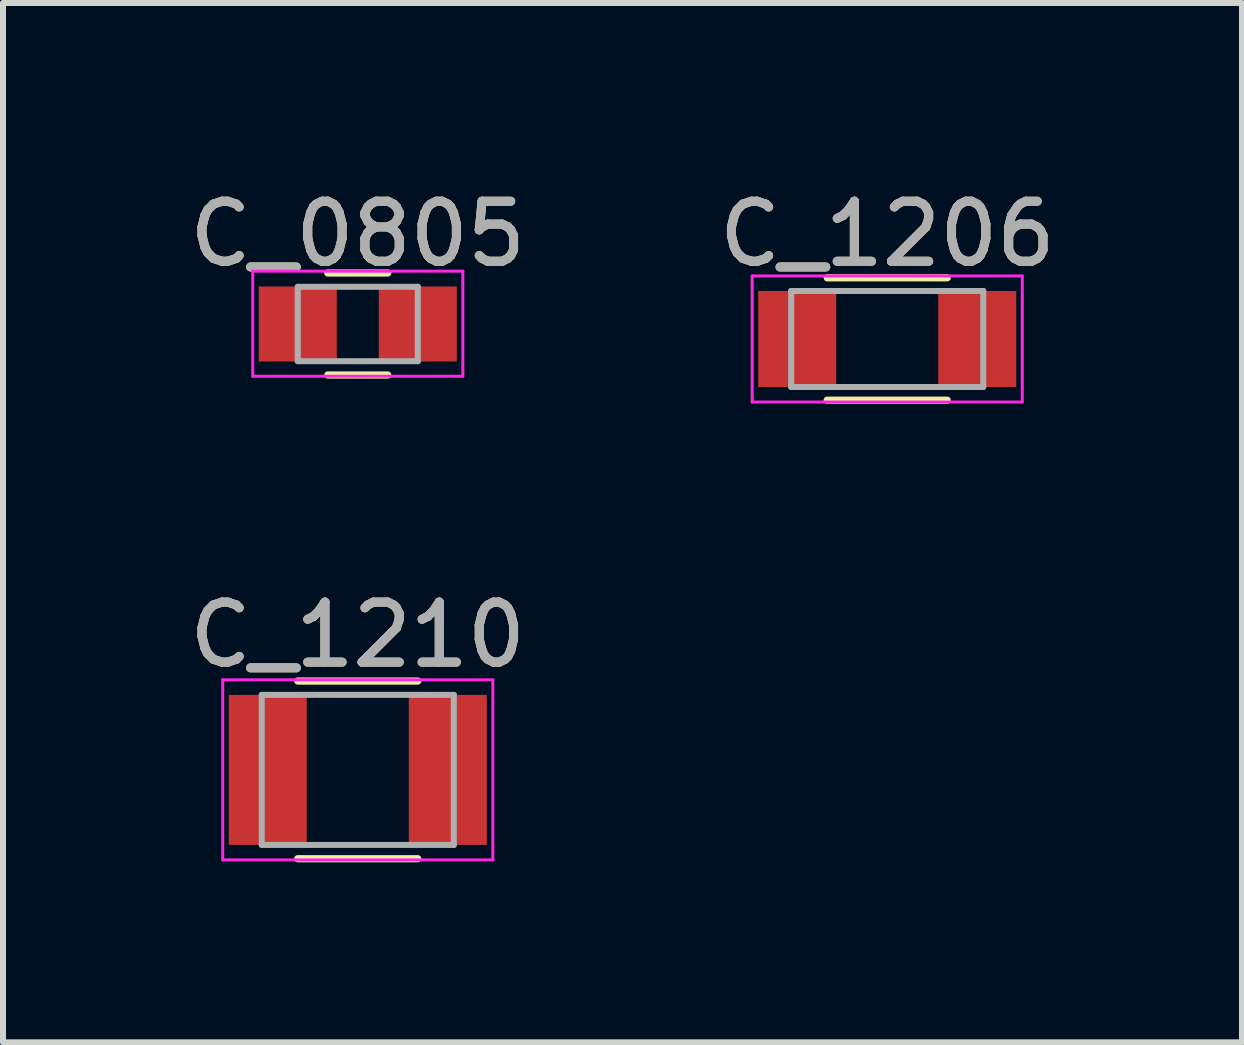
<source format=kicad_pcb>
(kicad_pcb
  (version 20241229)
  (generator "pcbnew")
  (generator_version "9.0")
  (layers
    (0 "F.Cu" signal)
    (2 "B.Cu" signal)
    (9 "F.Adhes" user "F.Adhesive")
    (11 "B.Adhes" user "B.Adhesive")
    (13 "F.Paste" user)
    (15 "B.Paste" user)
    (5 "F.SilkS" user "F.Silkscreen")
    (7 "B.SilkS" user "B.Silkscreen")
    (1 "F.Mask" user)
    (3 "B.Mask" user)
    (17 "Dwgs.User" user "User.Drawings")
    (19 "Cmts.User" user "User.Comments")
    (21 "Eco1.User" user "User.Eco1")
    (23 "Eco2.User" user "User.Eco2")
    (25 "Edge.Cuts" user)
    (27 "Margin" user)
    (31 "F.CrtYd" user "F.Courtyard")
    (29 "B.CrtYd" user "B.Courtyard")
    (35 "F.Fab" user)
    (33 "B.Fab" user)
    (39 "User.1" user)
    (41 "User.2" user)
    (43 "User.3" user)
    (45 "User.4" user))
  (footprint "C_1210"
    (layer "F.Cu")
    (at 2.911 9.777)
    (property "Reference" "C_1210" (at 0 -2.25 0) (layer "F.SilkS") (effects (font (size 1 1) (thickness 0.15))))
    (attr smd)
    (fp_line (start -1 1.48) (end 1 1.48) (stroke (width 0.12) (type solid)) (layer "F.SilkS"))
    (fp_line (start 1 -1.48) (end -1 -1.48) (stroke (width 0.12) (type solid)) (layer "F.SilkS"))
    (fp_line (start -2.25 -1.5) (end -2.25 1.5) (stroke (width 0.05) (type solid)) (layer "F.CrtYd"))
    (fp_line (start -2.25 -1.5) (end 2.25 -1.5) (stroke (width 0.05) (type solid)) (layer "F.CrtYd"))
    (fp_line (start 2.25 1.5) (end -2.25 1.5) (stroke (width 0.05) (type solid)) (layer "F.CrtYd"))
    (fp_line (start 2.25 1.5) (end 2.25 -1.5) (stroke (width 0.05) (type solid)) (layer "F.CrtYd"))
    (fp_line (start -1.6 -1.25) (end 1.6 -1.25) (stroke (width 0.1) (type solid)) (layer "F.Fab"))
    (fp_line (start -1.6 1.25) (end -1.6 -1.25) (stroke (width 0.1) (type solid)) (layer "F.Fab"))
    (fp_line (start 1.6 -1.25) (end 1.6 1.25) (stroke (width 0.1) (type solid)) (layer "F.Fab"))
    (fp_line (start 1.6 1.25) (end -1.6 1.25) (stroke (width 0.1) (type solid)) (layer "F.Fab"))
    (fp_text user "${REFERENCE}" (at 0 -2.25 0) (layer "F.Fab") (effects (font (size 1 1) (thickness 0.15))))
    (pad "1" smd rect (at -1.5 0) (size 1.3 2.5) (layers "F.Cu" "F.Mask" "F.Paste"))
    (pad "2" smd rect (at 1.5 0) (size 1.3 2.5) (layers "F.Cu" "F.Mask" "F.Paste")))
  (footprint "C_0805"
    (layer "F.Cu")
    (at 2.911 2.348)
    (property "Reference" "C_0805" (at 0 -1.5 0) (layer "F.SilkS") (effects (font (size 1 1) (thickness 0.15))))
    (attr smd)
    (fp_line (start -0.5 0.85) (end 0.5 0.85) (stroke (width 0.12) (type solid)) (layer "F.SilkS"))
    (fp_line (start 0.5 -0.85) (end -0.5 -0.85) (stroke (width 0.12) (type solid)) (layer "F.SilkS"))
    (fp_line (start -1.75 -0.88) (end -1.75 0.87) (stroke (width 0.05) (type solid)) (layer "F.CrtYd"))
    (fp_line (start -1.75 -0.88) (end 1.75 -0.88) (stroke (width 0.05) (type solid)) (layer "F.CrtYd"))
    (fp_line (start 1.75 0.87) (end -1.75 0.87) (stroke (width 0.05) (type solid)) (layer "F.CrtYd"))
    (fp_line (start 1.75 0.87) (end 1.75 -0.88) (stroke (width 0.05) (type solid)) (layer "F.CrtYd"))
    (fp_line (start -1 -0.62) (end 1 -0.62) (stroke (width 0.1) (type solid)) (layer "F.Fab"))
    (fp_line (start -1 0.62) (end -1 -0.62) (stroke (width 0.1) (type solid)) (layer "F.Fab"))
    (fp_line (start 1 -0.62) (end 1 0.62) (stroke (width 0.1) (type solid)) (layer "F.Fab"))
    (fp_line (start 1 0.62) (end -1 0.62) (stroke (width 0.1) (type solid)) (layer "F.Fab"))
    (fp_text user "${REFERENCE}" (at 0 -1.5 0) (layer "F.Fab") (effects (font (size 1 1) (thickness 0.15))))
    (pad "1" smd rect (at -1 0) (size 1.3 1.25) (layers "F.Cu" "F.Mask" "F.Paste"))
    (pad "2" smd rect (at 1 0) (size 1.3 1.25) (layers "F.Cu" "F.Mask" "F.Paste")))
  (footprint "C_1206"
    (layer "F.Cu")
    (at 11.732 2.598)
    (property "Reference" "C_1206" (at 0 -1.75 0) (layer "F.SilkS") (effects (font (size 1 1) (thickness 0.15))))
    (attr smd)
    (fp_line (start -1 1.02) (end 1 1.02) (stroke (width 0.12) (type solid)) (layer "F.SilkS"))
    (fp_line (start 1 -1.02) (end -1 -1.02) (stroke (width 0.12) (type solid)) (layer "F.SilkS"))
    (fp_line (start -2.25 -1.05) (end -2.25 1.05) (stroke (width 0.05) (type solid)) (layer "F.CrtYd"))
    (fp_line (start -2.25 -1.05) (end 2.25 -1.05) (stroke (width 0.05) (type solid)) (layer "F.CrtYd"))
    (fp_line (start 2.25 1.05) (end -2.25 1.05) (stroke (width 0.05) (type solid)) (layer "F.CrtYd"))
    (fp_line (start 2.25 1.05) (end 2.25 -1.05) (stroke (width 0.05) (type solid)) (layer "F.CrtYd"))
    (fp_line (start -1.6 -0.8) (end 1.6 -0.8) (stroke (width 0.1) (type solid)) (layer "F.Fab"))
    (fp_line (start -1.6 0.8) (end -1.6 -0.8) (stroke (width 0.1) (type solid)) (layer "F.Fab"))
    (fp_line (start 1.6 -0.8) (end 1.6 0.8) (stroke (width 0.1) (type solid)) (layer "F.Fab"))
    (fp_line (start 1.6 0.8) (end -1.6 0.8) (stroke (width 0.1) (type solid)) (layer "F.Fab"))
    (fp_text user "${REFERENCE}" (at 0 -1.75 0) (layer "F.Fab") (effects (font (size 1 1) (thickness 0.15))))
    (pad "1" smd rect (at -1.5 0) (size 1.3 1.6) (layers "F.Cu" "F.Mask" "F.Paste"))
    (pad "2" smd rect (at 1.5 0) (size 1.3 1.6) (layers "F.Cu" "F.Mask" "F.Paste")))
  (gr_rect
    (start -3 -3)
    (end 17.643 14.316)
    (stroke (width 0.1) (type default))
    (fill no)
    (layer "Edge.Cuts")))
</source>
